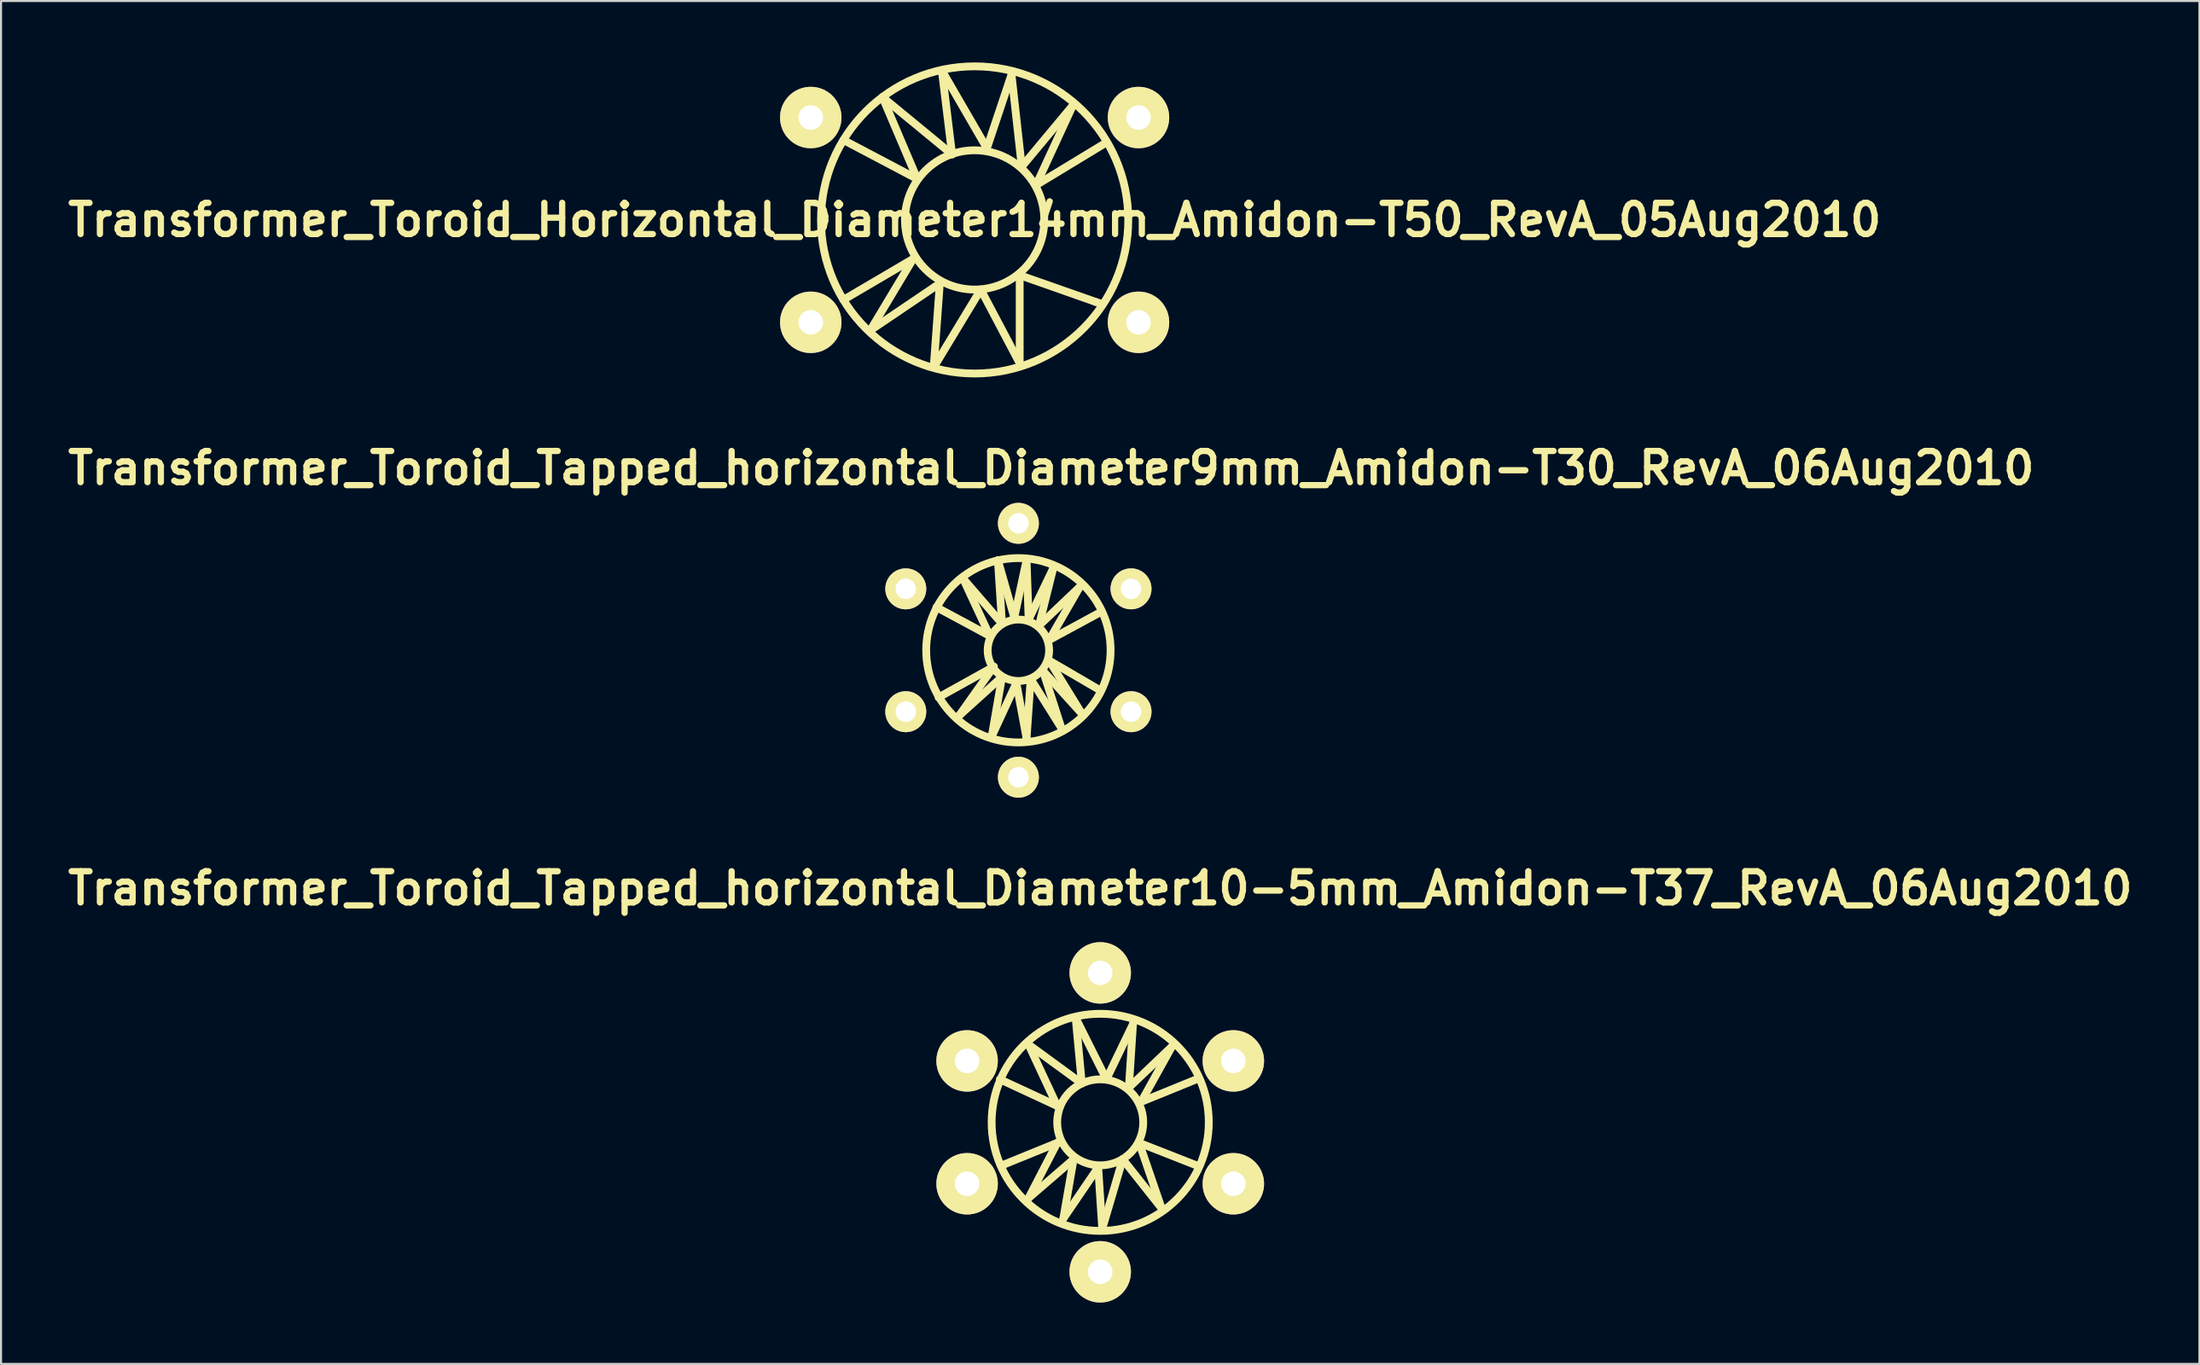
<source format=kicad_pcb>
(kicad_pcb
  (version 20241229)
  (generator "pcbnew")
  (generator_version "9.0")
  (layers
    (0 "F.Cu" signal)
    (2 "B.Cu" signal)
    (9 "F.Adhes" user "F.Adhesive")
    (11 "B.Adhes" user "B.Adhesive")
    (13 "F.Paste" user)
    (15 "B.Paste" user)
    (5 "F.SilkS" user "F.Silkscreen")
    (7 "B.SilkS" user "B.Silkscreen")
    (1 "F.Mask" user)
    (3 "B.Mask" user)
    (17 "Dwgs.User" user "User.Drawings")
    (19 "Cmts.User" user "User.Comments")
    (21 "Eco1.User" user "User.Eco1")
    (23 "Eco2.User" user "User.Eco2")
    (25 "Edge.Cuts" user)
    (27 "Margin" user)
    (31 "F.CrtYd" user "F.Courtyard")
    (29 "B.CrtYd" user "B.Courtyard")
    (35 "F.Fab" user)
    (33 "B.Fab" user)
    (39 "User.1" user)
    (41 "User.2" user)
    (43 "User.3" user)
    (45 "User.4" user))
  (footprint "Transformer_Toroid_Horizontal_Diameter14mm_Amidon-T50_RevA_05Aug2010"
    (layer "F.Cu")
    (at 44.537 7.691)
    (property "Reference" "Transformer_Toroid_Horizontal_Diameter14mm_Amidon-T50_RevA_05Aug2010" (at 0 0 0) (layer "F.SilkS") (effects (font (size 1.524 1.524) (thickness 0.305))))
    (attr through_hole)
    (fp_line (start -6.401 -3.899) (end -2.799 -1.999) (stroke (width 0.381) (type solid)) (layer "F.SilkS"))
    (fp_line (start -6.401 3.899) (end -3 1.9) (stroke (width 0.381) (type solid)) (layer "F.SilkS"))
    (fp_line (start -5.1 5.4) (end -1.699 3.099) (stroke (width 0.381) (type solid)) (layer "F.SilkS"))
    (fp_line (start -4.501 -5.999) (end -1.1 -3.2) (stroke (width 0.381) (type solid)) (layer "F.SilkS"))
    (fp_line (start -3 1.9) (end -5.1 5.4) (stroke (width 0.381) (type solid)) (layer "F.SilkS"))
    (fp_line (start -2.799 -1.999) (end -4.501 -5.999) (stroke (width 0.381) (type solid)) (layer "F.SilkS"))
    (fp_line (start -1.999 7.201) (end 0.3 3.401) (stroke (width 0.381) (type solid)) (layer "F.SilkS"))
    (fp_line (start -1.699 3.099) (end -1.999 7.201) (stroke (width 0.381) (type solid)) (layer "F.SilkS"))
    (fp_line (start -1.6 -7.3) (end 0.599 -3.5) (stroke (width 0.381) (type solid)) (layer "F.SilkS"))
    (fp_line (start -1.1 -3.2) (end -1.6 -7.3) (stroke (width 0.381) (type solid)) (layer "F.SilkS"))
    (fp_line (start 0.3 3.401) (end 2.2 7) (stroke (width 0.381) (type solid)) (layer "F.SilkS"))
    (fp_line (start 0.599 -3.5) (end 1.801 -7.099) (stroke (width 0.381) (type solid)) (layer "F.SilkS"))
    (fp_line (start 1.801 -7.099) (end 2.301 -2.601) (stroke (width 0.381) (type solid)) (layer "F.SilkS"))
    (fp_line (start 2.2 2.7) (end 5.9 4) (stroke (width 0.381) (type solid)) (layer "F.SilkS"))
    (fp_line (start 2.2 7) (end 2.2 2.7) (stroke (width 0.381) (type solid)) (layer "F.SilkS"))
    (fp_line (start 2.301 -2.601) (end 4.801 -5.601) (stroke (width 0.381) (type solid)) (layer "F.SilkS"))
    (fp_line (start 3 -1.699) (end 6.299 -3.701) (stroke (width 0.381) (type solid)) (layer "F.SilkS"))
    (fp_line (start 4.801 -5.601) (end 3 -1.699) (stroke (width 0.381) (type solid)) (layer "F.SilkS"))
    (fp_line (start 5.9 4) (end 6.2 4.1) (stroke (width 0.381) (type solid)) (layer "F.SilkS"))
    (fp_circle (center 0 0) (end 3.401 0) (stroke (width 0.381) (type solid)) (fill no) (layer "F.SilkS"))
    (fp_circle (center 0 0) (end 7.501 0) (stroke (width 0.381) (type solid)) (fill no) (layer "F.SilkS"))
    (pad "1" thru_hole circle (at -8.001 5.001) (size 3 3) (drill 1.199) (layers "*.Cu" "*.Mask" "F.SilkS"))
    (pad "2" thru_hole circle (at 8.001 5.001) (size 3 3) (drill 1.199) (layers "*.Cu" "*.Mask" "F.SilkS"))
    (pad "3" thru_hole circle (at -8.001 -5.001) (size 3 3) (drill 1.199) (layers "*.Cu" "*.Mask" "F.SilkS"))
    (pad "4" thru_hole circle (at 8.001 -5.001) (size 3 3) (drill 1.199) (layers "*.Cu" "*.Mask" "F.SilkS")))
  (footprint "Transformer_Toroid_Tapped_horizontal_Diameter10-5mm_Amidon-T37_RevA_06Aug2010"
    (layer "F.Cu")
    (at 50.669 51.765)
    (property "Reference" "Transformer_Toroid_Tapped_horizontal_Diameter10-5mm_Amidon-T37_RevA_06Aug2010" (at 0 -11.43 0) (layer "F.SilkS") (effects (font (size 1.524 1.524) (thickness 0.305))))
    (attr through_hole)
    (fp_line (start -4.9 -2.101) (end -2.101 -0.8) (stroke (width 0.381) (type solid)) (layer "F.SilkS"))
    (fp_line (start -4.801 2.101) (end -2.101 1.001) (stroke (width 0.381) (type solid)) (layer "F.SilkS"))
    (fp_line (start -3.5 -3.8) (end -0.899 -1.9) (stroke (width 0.381) (type solid)) (layer "F.SilkS"))
    (fp_line (start -3.5 3.701) (end -1.3 1.801) (stroke (width 0.381) (type solid)) (layer "F.SilkS"))
    (fp_line (start -2.101 -0.8) (end -3.5 -3.8) (stroke (width 0.381) (type solid)) (layer "F.SilkS"))
    (fp_line (start -2.101 1.001) (end -3.5 3.701) (stroke (width 0.381) (type solid)) (layer "F.SilkS"))
    (fp_line (start -1.801 4.699) (end -0.099 2.2) (stroke (width 0.381) (type solid)) (layer "F.SilkS"))
    (fp_line (start -1.3 1.801) (end -1.801 4.699) (stroke (width 0.381) (type solid)) (layer "F.SilkS"))
    (fp_line (start -1.199 -5.1) (end 0.3 -2.101) (stroke (width 0.381) (type solid)) (layer "F.SilkS"))
    (fp_line (start -0.899 -1.9) (end -1.199 -5.1) (stroke (width 0.381) (type solid)) (layer "F.SilkS"))
    (fp_line (start -0.099 2.2) (end 0.099 5.199) (stroke (width 0.381) (type solid)) (layer "F.SilkS"))
    (fp_line (start 0.099 5.199) (end 1.1 1.801) (stroke (width 0.381) (type solid)) (layer "F.SilkS"))
    (fp_line (start 0.3 -2.101) (end 1.6 -4.801) (stroke (width 0.381) (type solid)) (layer "F.SilkS"))
    (fp_line (start 1.1 1.801) (end 3 4.201) (stroke (width 0.381) (type solid)) (layer "F.SilkS"))
    (fp_line (start 1.4 -1.699) (end 3.5 -3.701) (stroke (width 0.381) (type solid)) (layer "F.SilkS"))
    (fp_line (start 1.6 -4.801) (end 1.4 -1.699) (stroke (width 0.381) (type solid)) (layer "F.SilkS"))
    (fp_line (start 1.9 1.001) (end 4.699 2.101) (stroke (width 0.381) (type solid)) (layer "F.SilkS"))
    (fp_line (start 1.999 -1.001) (end 4.699 -2.101) (stroke (width 0.381) (type solid)) (layer "F.SilkS"))
    (fp_line (start 3 4.201) (end 1.9 1.001) (stroke (width 0.381) (type solid)) (layer "F.SilkS"))
    (fp_line (start 3.5 -3.701) (end 1.999 -1.001) (stroke (width 0.381) (type solid)) (layer "F.SilkS"))
    (fp_circle (center 0 0) (end 2.101 0) (stroke (width 0.381) (type solid)) (fill no) (layer "F.SilkS"))
    (fp_circle (center 0 0) (end 5.301 0) (stroke (width 0.381) (type solid)) (fill no) (layer "F.SilkS"))
    (pad "1" thru_hole circle (at -6.5 3) (size 3 3) (drill 1.199) (layers "*.Cu" "*.Mask" "F.SilkS"))
    (pad "2" thru_hole circle (at 0 7.3) (size 3 3) (drill 1.199) (layers "*.Cu" "*.Mask" "F.SilkS"))
    (pad "3" thru_hole circle (at 6.5 3) (size 3 3) (drill 1.199) (layers "*.Cu" "*.Mask" "F.SilkS"))
    (pad "4" thru_hole circle (at -6.5 -3) (size 3 3) (drill 1.199) (layers "*.Cu" "*.Mask" "F.SilkS"))
    (pad "5" thru_hole circle (at 0 -7.3) (size 3 3) (drill 1.199) (layers "*.Cu" "*.Mask" "F.SilkS"))
    (pad "6" thru_hole circle (at 6.5 -3) (size 3 3) (drill 1.199) (layers "*.Cu" "*.Mask" "F.SilkS")))
  (footprint "Transformer_Toroid_Tapped_horizontal_Diameter9mm_Amidon-T30_RevA_06Aug2010"
    (layer "F.Cu")
    (at 46.674 28.709)
    (property "Reference" "Transformer_Toroid_Tapped_horizontal_Diameter9mm_Amidon-T30_RevA_06Aug2010" (at 1.6 -8.9 0) (layer "F.SilkS") (effects (font (size 1.524 1.524) (thickness 0.305))))
    (attr through_hole)
    (fp_line (start -4 -2.101) (end -1.4 -0.701) (stroke (width 0.381) (type solid)) (layer "F.SilkS"))
    (fp_line (start -3.899 2.301) (end -1.199 0.8) (stroke (width 0.381) (type solid)) (layer "F.SilkS"))
    (fp_line (start -2.901 3.2) (end -0.8 1.3) (stroke (width 0.381) (type solid)) (layer "F.SilkS"))
    (fp_line (start -2.7 -3.5) (end -0.8 -1.3) (stroke (width 0.381) (type solid)) (layer "F.SilkS"))
    (fp_line (start -1.4 -0.701) (end -2.7 -3.5) (stroke (width 0.381) (type solid)) (layer "F.SilkS"))
    (fp_line (start -1.3 4.201) (end -0.099 1.6) (stroke (width 0.381) (type solid)) (layer "F.SilkS"))
    (fp_line (start -1.199 0.8) (end -2.901 3.2) (stroke (width 0.381) (type solid)) (layer "F.SilkS"))
    (fp_line (start -1.001 -4.399) (end -0.201 -1.6) (stroke (width 0.381) (type solid)) (layer "F.SilkS"))
    (fp_line (start -0.8 -1.3) (end -1.001 -4.399) (stroke (width 0.381) (type solid)) (layer "F.SilkS"))
    (fp_line (start -0.8 1.3) (end -1.3 4.201) (stroke (width 0.381) (type solid)) (layer "F.SilkS"))
    (fp_line (start -0.201 -1.6) (end 0.399 -4.399) (stroke (width 0.381) (type solid)) (layer "F.SilkS"))
    (fp_line (start -0.099 1.6) (end 0.399 4.3) (stroke (width 0.381) (type solid)) (layer "F.SilkS"))
    (fp_line (start 0.399 -4.399) (end 0.5 -1.501) (stroke (width 0.381) (type solid)) (layer "F.SilkS"))
    (fp_line (start 0.399 4.3) (end 0.599 1.4) (stroke (width 0.381) (type solid)) (layer "F.SilkS"))
    (fp_line (start 0.5 -1.501) (end 1.699 -4) (stroke (width 0.381) (type solid)) (layer "F.SilkS"))
    (fp_line (start 0.599 1.4) (end 2.101 3.8) (stroke (width 0.381) (type solid)) (layer "F.SilkS"))
    (fp_line (start 1.001 -1.199) (end 3 -3.099) (stroke (width 0.381) (type solid)) (layer "F.SilkS"))
    (fp_line (start 1.199 1.001) (end 3.099 3.099) (stroke (width 0.381) (type solid)) (layer "F.SilkS"))
    (fp_line (start 1.501 -0.5) (end 3.899 -1.801) (stroke (width 0.381) (type solid)) (layer "F.SilkS"))
    (fp_line (start 1.501 0.5) (end 3.899 1.9) (stroke (width 0.381) (type solid)) (layer "F.SilkS"))
    (fp_line (start 1.699 -4) (end 1.001 -1.199) (stroke (width 0.381) (type solid)) (layer "F.SilkS"))
    (fp_line (start 2.101 3.8) (end 1.199 1.001) (stroke (width 0.381) (type solid)) (layer "F.SilkS"))
    (fp_line (start 3 -3.099) (end 1.501 -0.5) (stroke (width 0.381) (type solid)) (layer "F.SilkS"))
    (fp_line (start 3.099 3.099) (end 1.501 0.5) (stroke (width 0.381) (type solid)) (layer "F.SilkS"))
    (fp_circle (center 0 0) (end 1.501 0) (stroke (width 0.381) (type solid)) (fill no) (layer "F.SilkS"))
    (fp_circle (center 0 0) (end 4.501 0) (stroke (width 0.381) (type solid)) (fill no) (layer "F.SilkS"))
    (pad "1" thru_hole circle (at -5.499 3) (size 1.999 1.999) (drill 1.001) (layers "*.Cu" "*.Mask" "F.SilkS"))
    (pad "2" thru_hole circle (at 0 6.2) (size 1.999 1.999) (drill 1.001) (layers "*.Cu" "*.Mask" "F.SilkS"))
    (pad "3" thru_hole circle (at 5.499 3) (size 1.999 1.999) (drill 1.001) (layers "*.Cu" "*.Mask" "F.SilkS"))
    (pad "4" thru_hole circle (at -5.499 -3) (size 1.999 1.999) (drill 1.001) (layers "*.Cu" "*.Mask" "F.SilkS"))
    (pad "5" thru_hole circle (at 0 -6.2) (size 1.999 1.999) (drill 1.001) (layers "*.Cu" "*.Mask" "F.SilkS"))
    (pad "6" thru_hole circle (at 5.499 -3) (size 1.999 1.999) (drill 1.001) (layers "*.Cu" "*.Mask" "F.SilkS")))
  (gr_rect
    (start -3 -3)
    (end 104.339 63.565)
    (stroke (width 0.1) (type default))
    (fill no)
    (layer "Edge.Cuts")))
</source>
